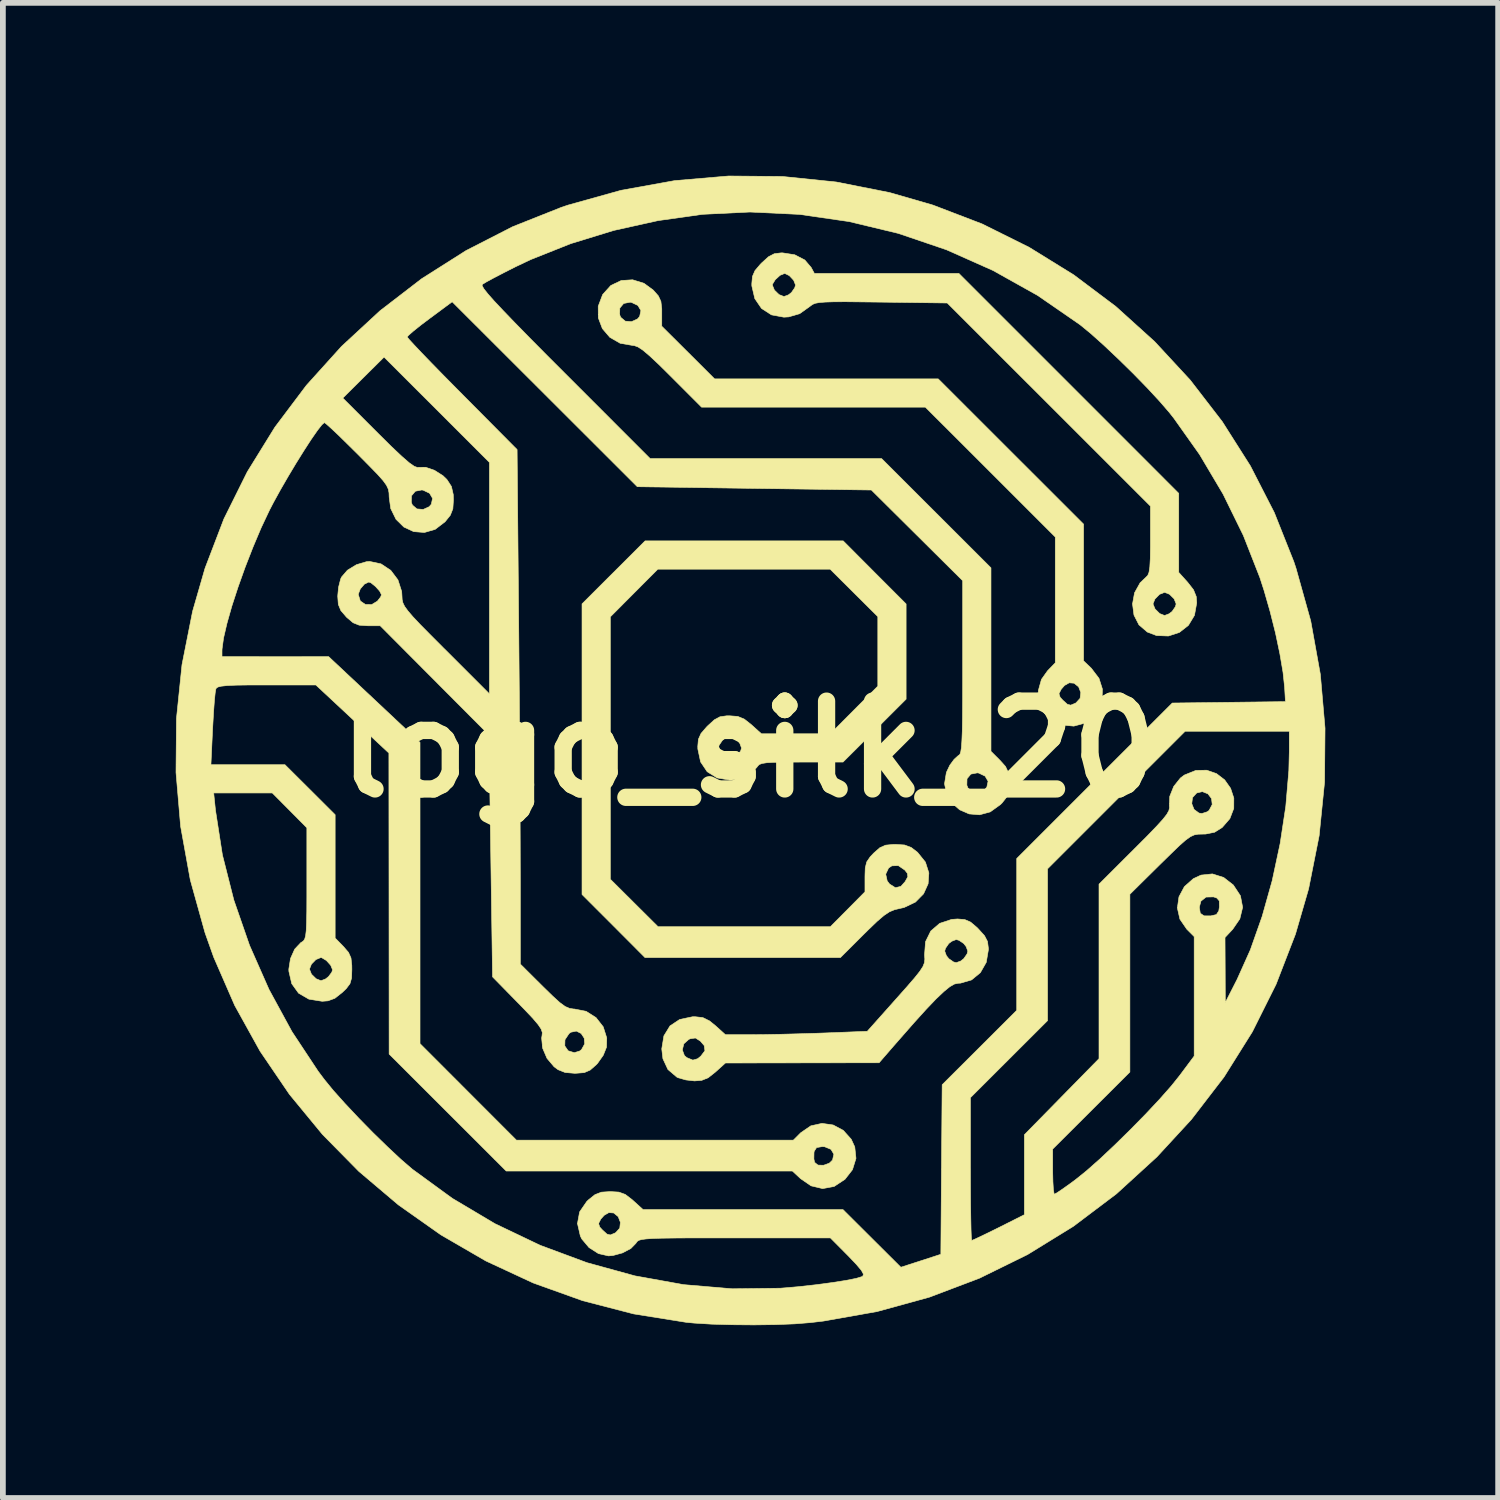
<source format=kicad_pcb>
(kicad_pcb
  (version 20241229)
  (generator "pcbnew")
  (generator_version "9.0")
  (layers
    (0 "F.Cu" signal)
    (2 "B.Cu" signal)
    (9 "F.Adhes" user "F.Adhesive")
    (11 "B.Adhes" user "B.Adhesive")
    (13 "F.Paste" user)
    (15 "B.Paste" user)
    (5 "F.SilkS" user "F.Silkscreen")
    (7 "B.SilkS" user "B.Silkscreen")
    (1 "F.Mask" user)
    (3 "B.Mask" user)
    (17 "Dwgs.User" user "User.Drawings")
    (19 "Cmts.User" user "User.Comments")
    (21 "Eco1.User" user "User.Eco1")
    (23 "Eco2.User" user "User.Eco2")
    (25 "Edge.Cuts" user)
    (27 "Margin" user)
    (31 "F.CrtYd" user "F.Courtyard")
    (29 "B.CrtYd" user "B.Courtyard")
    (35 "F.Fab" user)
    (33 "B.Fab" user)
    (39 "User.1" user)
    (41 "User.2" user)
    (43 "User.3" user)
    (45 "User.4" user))
  (footprint "logo_silk_20"
    (layer "F.Cu")
    (at 9.954 9.954)
    (property "Reference" "logo_silk_20" (at 0 0 0) (layer "F.SilkS") (effects (font (size 1.524 1.524) (thickness 0.3))))
    (attr through_hole)
    (fp_poly (pts (xy -1.827 -8.087) (xy -1.666 -7.969) (xy -1.577 -7.868) (xy -1.533 -7.773) (xy -1.518 -7.644) (xy -1.518 -7.581) (xy -1.518 -7.342) (xy -1.059 -6.885) (xy -0.601 -6.428) (xy 3.28 -6.428) (xy 4.542 -5.167) (xy 5.803 -3.907) (xy 5.803 -1.534) (xy 5.937 -1.406) (xy 6.071 -1.23) (xy 6.13 -1.044) (xy 6.124 -0.859) (xy 6.062 -0.69) (xy 5.954 -0.549) (xy 5.808 -0.448) (xy 5.634 -0.401) (xy 5.441 -0.419) (xy 5.276 -0.492) (xy 5.121 -0.634) (xy 5.034 -0.815) (xy 5.021 -0.964) (xy 5.376 -0.964) (xy 5.396 -0.902) (xy 5.443 -0.851) (xy 5.522 -0.78) (xy 5.58 -0.765) (xy 5.659 -0.798) (xy 5.672 -0.805) (xy 5.743 -0.883) (xy 5.755 -0.985) (xy 5.717 -1.083) (xy 5.638 -1.146) (xy 5.554 -1.153) (xy 5.473 -1.107) (xy 5.415 -1.041) (xy 5.376 -0.964) (xy 5.021 -0.964) (xy 5.017 -1.015) (xy 5.072 -1.212) (xy 5.177 -1.36) (xy 5.312 -1.5) (xy 5.312 -3.683) (xy 4.185 -4.81) (xy 3.057 -5.937) (xy -0.827 -5.937) (xy -1.362 -6.473) (xy -1.569 -6.678) (xy -1.727 -6.826) (xy -1.844 -6.925) (xy -1.93 -6.982) (xy -1.996 -7.006) (xy -2.021 -7.008) (xy -2.24 -7.046) (xy -2.419 -7.149) (xy -2.549 -7.301) (xy -2.619 -7.486) (xy -2.62 -7.544) (xy -2.25 -7.544) (xy -2.231 -7.497) (xy -2.152 -7.43) (xy -2.043 -7.421) (xy -1.939 -7.468) (xy -1.902 -7.511) (xy -1.88 -7.613) (xy -1.932 -7.702) (xy -2.043 -7.755) (xy -2.066 -7.759) (xy -2.179 -7.737) (xy -2.246 -7.657) (xy -2.25 -7.544) (xy -2.62 -7.544) (xy -2.621 -7.688) (xy -2.545 -7.889) (xy -2.543 -7.893) (xy -2.402 -8.049) (xy -2.222 -8.135) (xy -2.024 -8.148) (xy -1.827 -8.087)) (stroke (width 0.01) (type solid)) (fill yes) (layer "F.SilkS"))
    (fp_poly (pts (xy 0.79 -8.582) (xy 0.965 -8.491) (xy 1.075 -8.362) (xy 1.131 -8.258) (xy 3.639 -8.258) (xy 5.547 -6.35) (xy 7.455 -4.441) (xy 7.455 -3.069) (xy 7.611 -2.896) (xy 7.712 -2.766) (xy 7.759 -2.649) (xy 7.767 -2.54) (xy 7.728 -2.324) (xy 7.623 -2.15) (xy 7.466 -2.027) (xy 7.276 -1.965) (xy 7.069 -1.973) (xy 6.909 -2.034) (xy 6.764 -2.159) (xy 6.678 -2.328) (xy 6.653 -2.521) (xy 6.653 -2.522) (xy 7.008 -2.522) (xy 7.044 -2.434) (xy 7.125 -2.354) (xy 7.209 -2.321) (xy 7.288 -2.351) (xy 7.34 -2.391) (xy 7.397 -2.474) (xy 7.41 -2.522) (xy 7.375 -2.61) (xy 7.294 -2.69) (xy 7.209 -2.723) (xy 7.121 -2.688) (xy 7.042 -2.607) (xy 7.008 -2.522) (xy 6.653 -2.522) (xy 6.688 -2.715) (xy 6.785 -2.889) (xy 6.883 -2.982) (xy 6.917 -3.016) (xy 6.939 -3.071) (xy 6.953 -3.163) (xy 6.961 -3.308) (xy 6.964 -3.519) (xy 6.964 -3.63) (xy 6.964 -4.219) (xy 3.437 -7.745) (xy 2.295 -7.76) (xy 1.945 -7.764) (xy 1.673 -7.767) (xy 1.469 -7.766) (xy 1.32 -7.761) (xy 1.217 -7.753) (xy 1.147 -7.74) (xy 1.101 -7.721) (xy 1.066 -7.696) (xy 1.056 -7.688) (xy 0.875 -7.559) (xy 0.685 -7.504) (xy 0.601 -7.499) (xy 0.386 -7.539) (xy 0.214 -7.65) (xy 0.097 -7.821) (xy 0.046 -8.039) (xy 0.045 -8.054) (xy 0.402 -8.054) (xy 0.437 -7.969) (xy 0.517 -7.891) (xy 0.603 -7.857) (xy 0.681 -7.886) (xy 0.733 -7.927) (xy 0.79 -8.009) (xy 0.804 -8.057) (xy 0.771 -8.14) (xy 0.696 -8.22) (xy 0.617 -8.258) (xy 0.614 -8.258) (xy 0.536 -8.226) (xy 0.453 -8.151) (xy 0.404 -8.071) (xy 0.402 -8.054) (xy 0.045 -8.054) (xy 0.045 -8.081) (xy 0.056 -8.206) (xy 0.1 -8.307) (xy 0.195 -8.419) (xy 0.218 -8.442) (xy 0.335 -8.548) (xy 0.435 -8.6) (xy 0.554 -8.615) (xy 0.579 -8.615) (xy 0.79 -8.582)) (stroke (width 0.01) (type solid)) (fill yes) (layer "F.SilkS"))
    (fp_poly (pts (xy 3.742 2.957) (xy 3.843 3.001) (xy 3.955 3.096) (xy 3.978 3.12) (xy 4.084 3.237) (xy 4.136 3.337) (xy 4.151 3.456) (xy 4.151 3.481) (xy 4.114 3.699) (xy 4.012 3.878) (xy 3.859 4.004) (xy 3.667 4.06) (xy 3.624 4.062) (xy 3.561 4.076) (xy 3.481 4.122) (xy 3.378 4.206) (xy 3.244 4.333) (xy 3.075 4.51) (xy 2.865 4.742) (xy 2.607 5.036) (xy 2.494 5.165) (xy 2.254 5.442) (xy 0.921 5.444) (xy -0.413 5.446) (xy -0.586 5.602) (xy -0.712 5.702) (xy -0.824 5.747) (xy -0.949 5.757) (xy -1.1 5.74) (xy -1.233 5.702) (xy -1.255 5.692) (xy -1.411 5.559) (xy -1.498 5.372) (xy -1.516 5.219) (xy -1.161 5.219) (xy -1.125 5.317) (xy -1.083 5.353) (xy -0.979 5.396) (xy -0.895 5.372) (xy -0.841 5.328) (xy -0.769 5.233) (xy -0.781 5.144) (xy -0.848 5.066) (xy -0.933 5.012) (xy -1.022 5.025) (xy -1.049 5.036) (xy -1.135 5.113) (xy -1.161 5.219) (xy -1.516 5.219) (xy -1.518 5.201) (xy -1.481 4.975) (xy -1.375 4.802) (xy -1.206 4.69) (xy -0.981 4.643) (xy -0.94 4.643) (xy -0.805 4.658) (xy -0.688 4.716) (xy -0.586 4.799) (xy -0.413 4.955) (xy 0.05 4.955) (xy 0.26 4.953) (xy 0.531 4.948) (xy 0.834 4.94) (xy 1.14 4.931) (xy 1.281 4.926) (xy 2.049 4.896) (xy 2.555 4.328) (xy 2.739 4.121) (xy 2.872 3.967) (xy 2.961 3.855) (xy 3.015 3.772) (xy 3.041 3.706) (xy 3.048 3.643) (xy 3.043 3.572) (xy 3.043 3.568) (xy 3.048 3.504) (xy 3.393 3.504) (xy 3.422 3.583) (xy 3.463 3.635) (xy 3.545 3.692) (xy 3.593 3.705) (xy 3.672 3.676) (xy 3.724 3.635) (xy 3.781 3.553) (xy 3.794 3.504) (xy 3.765 3.426) (xy 3.724 3.373) (xy 3.642 3.317) (xy 3.593 3.303) (xy 3.515 3.333) (xy 3.463 3.373) (xy 3.406 3.456) (xy 3.393 3.504) (xy 3.048 3.504) (xy 3.06 3.341) (xy 3.151 3.156) (xy 3.305 3.023) (xy 3.512 2.954) (xy 3.617 2.946) (xy 3.742 2.957)) (stroke (width 0.01) (type solid)) (fill yes) (layer "F.SilkS"))
    (fp_poly (pts (xy 2.177 -3.068) (xy 2.723 -2.521) (xy 2.723 -0.869) (xy 2.176 -0.323) (xy 1.628 0.223) (xy 0.905 0.223) (xy 0.635 0.224) (xy 0.44 0.227) (xy 0.307 0.234) (xy 0.223 0.247) (xy 0.173 0.266) (xy 0.145 0.295) (xy 0.134 0.312) (xy 0.033 0.42) (xy -0.125 0.499) (xy -0.308 0.535) (xy -0.335 0.536) (xy -0.558 0.498) (xy -0.73 0.39) (xy -0.844 0.22) (xy -0.892 -0.005) (xy -0.892 -0.022) (xy -0.536 -0.022) (xy -0.506 0.056) (xy -0.466 0.108) (xy -0.383 0.165) (xy -0.335 0.179) (xy -0.256 0.149) (xy -0.204 0.108) (xy -0.147 0.026) (xy -0.134 -0.022) (xy -0.163 -0.101) (xy -0.204 -0.153) (xy -0.286 -0.21) (xy -0.335 -0.223) (xy -0.413 -0.194) (xy -0.466 -0.153) (xy -0.522 -0.071) (xy -0.536 -0.022) (xy -0.892 -0.022) (xy -0.893 -0.048) (xy -0.882 -0.173) (xy -0.837 -0.273) (xy -0.74 -0.386) (xy -0.719 -0.407) (xy -0.605 -0.511) (xy -0.508 -0.563) (xy -0.39 -0.58) (xy -0.34 -0.58) (xy -0.198 -0.569) (xy -0.086 -0.523) (xy 0.037 -0.426) (xy 0.039 -0.424) (xy 0.212 -0.268) (xy 1.408 -0.268) (xy 1.82 -0.682) (xy 2.232 -1.095) (xy 2.232 -2.301) (xy 1.404 -3.125) (xy -1.586 -3.125) (xy -1.999 -2.711) (xy -2.411 -2.297) (xy -2.411 2.256) (xy -1.997 2.668) (xy -1.583 3.08) (xy 1.409 3.08) (xy 1.709 2.778) (xy 2.009 2.475) (xy 2.009 2.215) (xy 2.01 2.168) (xy 2.369 2.168) (xy 2.395 2.286) (xy 2.436 2.34) (xy 2.538 2.404) (xy 2.633 2.38) (xy 2.706 2.298) (xy 2.753 2.213) (xy 2.745 2.154) (xy 2.7 2.097) (xy 2.588 2.02) (xy 2.476 2.024) (xy 2.419 2.062) (xy 2.369 2.168) (xy 2.01 2.168) (xy 2.014 2.06) (xy 2.039 1.957) (xy 2.098 1.87) (xy 2.161 1.803) (xy 2.268 1.709) (xy 2.368 1.665) (xy 2.505 1.652) (xy 2.538 1.652) (xy 2.696 1.662) (xy 2.811 1.705) (xy 2.921 1.789) (xy 3.058 1.959) (xy 3.118 2.147) (xy 3.105 2.336) (xy 3.026 2.51) (xy 2.885 2.653) (xy 2.688 2.747) (xy 2.617 2.763) (xy 2.519 2.786) (xy 2.432 2.823) (xy 2.338 2.886) (xy 2.221 2.986) (xy 2.066 3.135) (xy 1.991 3.209) (xy 1.583 3.616) (xy -1.809 3.616) (xy -2.355 3.068) (xy -2.902 2.521) (xy -2.902 -2.523) (xy -1.807 -3.616) (xy 1.631 -3.616) (xy 2.177 -3.068)) (stroke (width 0.01) (type solid)) (fill yes) (layer "F.SilkS"))
    (fp_poly (pts (xy 0.577 -9.941) (xy 1.512 -9.845) (xy 2.439 -9.661) (xy 3.187 -9.445) (xy 4.041 -9.118) (xy 4.858 -8.712) (xy 5.633 -8.233) (xy 6.361 -7.686) (xy 7.036 -7.076) (xy 7.654 -6.408) (xy 8.21 -5.687) (xy 8.698 -4.918) (xy 9.114 -4.106) (xy 9.452 -3.256) (xy 9.49 -3.142) (xy 9.746 -2.226) (xy 9.913 -1.298) (xy 9.994 -0.365) (xy 9.986 0.57) (xy 9.892 1.501) (xy 9.709 2.423) (xy 9.481 3.209) (xy 9.144 4.081) (xy 8.732 4.906) (xy 8.242 5.688) (xy 7.674 6.427) (xy 7.076 7.076) (xy 6.374 7.717) (xy 5.625 8.282) (xy 4.831 8.771) (xy 3.997 9.181) (xy 3.126 9.511) (xy 2.22 9.76) (xy 1.284 9.926) (xy 1.062 9.952) (xy 0.788 9.974) (xy 0.453 9.987) (xy 0.083 9.992) (xy -0.294 9.989) (xy -0.651 9.979) (xy -0.961 9.96) (xy -1.094 9.947) (xy -2.006 9.801) (xy -2.893 9.571) (xy -3.749 9.264) (xy -4.571 8.882) (xy -5.352 8.429) (xy -6.089 7.909) (xy -6.776 7.327) (xy -7.408 6.685) (xy -7.981 5.989) (xy -8.49 5.241) (xy -8.93 4.447) (xy -9.295 3.609) (xy -9.445 3.187) (xy -9.701 2.268) (xy -9.869 1.339) (xy -9.949 0.404) (xy -9.948 0.268) (xy -9.343 0.268) (xy -8.059 0.268) (xy -7.623 0.702) (xy -7.187 1.137) (xy -7.187 3.277) (xy -7.042 3.426) (xy -6.955 3.527) (xy -6.912 3.623) (xy -6.898 3.752) (xy -6.897 3.823) (xy -6.902 3.972) (xy -6.93 4.07) (xy -6.995 4.156) (xy -7.064 4.222) (xy -7.192 4.323) (xy -7.311 4.367) (xy -7.412 4.375) (xy -7.643 4.338) (xy -7.822 4.234) (xy -7.94 4.07) (xy -7.99 3.854) (xy -7.991 3.817) (xy -7.633 3.817) (xy -7.598 3.905) (xy -7.517 3.984) (xy -7.433 4.018) (xy -7.354 3.988) (xy -7.302 3.947) (xy -7.245 3.871) (xy -7.232 3.828) (xy -7.264 3.75) (xy -7.339 3.667) (xy -7.419 3.619) (xy -7.436 3.616) (xy -7.521 3.651) (xy -7.599 3.731) (xy -7.633 3.817) (xy -7.991 3.817) (xy -7.962 3.633) (xy -7.889 3.47) (xy -7.784 3.358) (xy -7.767 3.348) (xy -7.738 3.328) (xy -7.716 3.296) (xy -7.7 3.24) (xy -7.689 3.149) (xy -7.683 3.012) (xy -7.679 2.815) (xy -7.678 2.549) (xy -7.678 2.332) (xy -7.678 1.364) (xy -7.978 1.061) (xy -8.278 0.759) (xy -9.295 0.759) (xy -9.264 1.06) (xy -9.144 1.834) (xy -8.945 2.62) (xy -8.673 3.404) (xy -8.335 4.17) (xy -7.936 4.903) (xy -7.483 5.588) (xy -7.372 5.736) (xy -7.219 5.923) (xy -7.015 6.151) (xy -6.779 6.402) (xy -6.527 6.659) (xy -6.276 6.903) (xy -6.045 7.119) (xy -5.85 7.287) (xy -5.848 7.289) (xy -5.154 7.795) (xy -4.412 8.236) (xy -3.629 8.61) (xy -2.816 8.912) (xy -1.983 9.141) (xy -1.139 9.293) (xy -0.294 9.365) (xy 0.543 9.355) (xy 0.848 9.329) (xy 1.165 9.294) (xy 1.448 9.256) (xy 1.683 9.219) (xy 1.858 9.184) (xy 1.96 9.153) (xy 1.97 9.147) (xy 1.983 9.113) (xy 1.948 9.047) (xy 1.858 8.94) (xy 1.72 8.795) (xy 1.409 8.482) (xy -0.254 8.482) (xy -0.683 8.482) (xy -1.031 8.482) (xy -1.307 8.484) (xy -1.52 8.487) (xy -1.679 8.492) (xy -1.792 8.5) (xy -1.868 8.51) (xy -1.916 8.524) (xy -1.943 8.542) (xy -1.96 8.564) (xy -1.966 8.575) (xy -2.055 8.666) (xy -2.199 8.742) (xy -2.363 8.787) (xy -2.443 8.794) (xy -2.617 8.754) (xy -2.781 8.649) (xy -2.906 8.5) (xy -2.931 8.449) (xy -2.981 8.232) (xy -2.615 8.232) (xy -2.594 8.294) (xy -2.548 8.344) (xy -2.469 8.416) (xy -2.411 8.431) (xy -2.331 8.398) (xy -2.318 8.391) (xy -2.247 8.313) (xy -2.236 8.211) (xy -2.274 8.113) (xy -2.352 8.049) (xy -2.437 8.043) (xy -2.517 8.089) (xy -2.576 8.155) (xy -2.615 8.232) (xy -2.981 8.232) (xy -2.981 8.232) (xy -2.944 8.031) (xy -2.82 7.85) (xy -2.792 7.823) (xy -2.677 7.731) (xy -2.566 7.688) (xy -2.415 7.678) (xy -2.411 7.678) (xy -2.262 7.687) (xy -2.152 7.727) (xy -2.035 7.816) (xy -2.015 7.834) (xy -1.842 7.991) (xy 1.628 7.991) (xy 2.632 8.991) (xy 2.979 8.879) (xy 3.326 8.766) (xy 3.337 7.295) (xy 3.347 6.048) (xy 3.839 6.048) (xy 3.839 7.287) (xy 3.84 7.609) (xy 3.842 7.9) (xy 3.846 8.149) (xy 3.85 8.343) (xy 3.855 8.473) (xy 3.861 8.526) (xy 3.862 8.526) (xy 3.909 8.507) (xy 4.018 8.456) (xy 4.173 8.381) (xy 4.331 8.303) (xy 4.776 8.079) (xy 4.776 6.691) (xy 6.071 5.371) (xy 6.071 2.342) (xy 6.693 1.721) (xy 6.909 1.505) (xy 7.068 1.34) (xy 7.178 1.219) (xy 7.248 1.13) (xy 7.284 1.065) (xy 7.295 1.014) (xy 7.292 0.982) (xy 7.294 0.945) (xy 7.681 0.945) (xy 7.721 1.045) (xy 7.806 1.108) (xy 7.857 1.116) (xy 7.95 1.086) (xy 7.982 1.062) (xy 8.036 0.96) (xy 8.024 0.856) (xy 7.961 0.774) (xy 7.865 0.736) (xy 7.767 0.759) (xy 7.694 0.839) (xy 7.681 0.945) (xy 7.294 0.945) (xy 7.299 0.818) (xy 7.368 0.646) (xy 7.484 0.5) (xy 7.553 0.448) (xy 7.751 0.368) (xy 7.94 0.364) (xy 8.11 0.423) (xy 8.252 0.532) (xy 8.355 0.678) (xy 8.411 0.848) (xy 8.41 1.028) (xy 8.342 1.205) (xy 8.209 1.358) (xy 8.077 1.441) (xy 7.921 1.472) (xy 7.868 1.473) (xy 7.791 1.475) (xy 7.725 1.487) (xy 7.657 1.518) (xy 7.575 1.577) (xy 7.467 1.672) (xy 7.32 1.814) (xy 7.135 1.995) (xy 6.607 2.517) (xy 6.607 5.603) (xy 5.267 6.94) (xy 5.267 7.332) (xy 5.271 7.506) (xy 5.279 7.64) (xy 5.291 7.714) (xy 5.297 7.723) (xy 5.343 7.698) (xy 5.444 7.63) (xy 5.58 7.533) (xy 5.665 7.47) (xy 5.856 7.316) (xy 6.089 7.11) (xy 6.347 6.867) (xy 6.616 6.603) (xy 6.879 6.335) (xy 7.121 6.077) (xy 7.325 5.846) (xy 7.47 5.665) (xy 7.723 5.326) (xy 7.723 3.252) (xy 7.594 3.123) (xy 7.475 2.949) (xy 7.431 2.755) (xy 7.433 2.743) (xy 7.812 2.743) (xy 7.829 2.847) (xy 7.894 2.892) (xy 8.011 2.893) (xy 8.108 2.87) (xy 8.15 2.807) (xy 8.161 2.736) (xy 8.159 2.632) (xy 8.115 2.582) (xy 8.06 2.563) (xy 7.929 2.566) (xy 7.84 2.637) (xy 7.812 2.743) (xy 7.433 2.743) (xy 7.459 2.561) (xy 7.553 2.385) (xy 7.708 2.247) (xy 7.841 2.185) (xy 8.039 2.164) (xy 8.235 2.226) (xy 8.402 2.356) (xy 8.526 2.544) (xy 8.564 2.744) (xy 8.515 2.945) (xy 8.391 3.126) (xy 8.258 3.268) (xy 8.261 3.833) (xy 8.263 4.397) (xy 8.468 3.995) (xy 8.698 3.482) (xy 8.902 2.904) (xy 9.077 2.282) (xy 9.215 1.637) (xy 9.313 0.992) (xy 9.366 0.368) (xy 9.374 0.04) (xy 9.374 -0.312) (xy 7.566 -0.312) (xy 6.372 0.882) (xy 5.178 2.076) (xy 5.178 4.711) (xy 4.509 5.379) (xy 3.839 6.048) (xy 3.347 6.048) (xy 3.349 5.823) (xy 3.996 5.178) (xy 4.643 4.532) (xy 4.643 1.897) (xy 5.993 0.547) (xy 7.343 -0.802) (xy 9.307 -0.826) (xy 9.293 -1.071) (xy 9.265 -1.335) (xy 9.21 -1.658) (xy 9.134 -2.019) (xy 9.04 -2.393) (xy 8.935 -2.758) (xy 8.863 -2.98) (xy 8.577 -3.709) (xy 8.224 -4.429) (xy 7.817 -5.115) (xy 7.371 -5.744) (xy 7.289 -5.848) (xy 7.121 -6.042) (xy 6.906 -6.274) (xy 6.662 -6.524) (xy 6.405 -6.776) (xy 6.154 -7.013) (xy 5.926 -7.217) (xy 5.738 -7.371) (xy 5.736 -7.372) (xy 5.006 -7.876) (xy 4.232 -8.309) (xy 3.423 -8.669) (xy 2.588 -8.953) (xy 1.735 -9.158) (xy 0.872 -9.283) (xy 0.008 -9.324) (xy -0.81 -9.284) (xy -1.582 -9.175) (xy -2.353 -9.004) (xy -3.099 -8.775) (xy -3.797 -8.497) (xy -4.062 -8.371) (xy -4.261 -8.27) (xy -4.434 -8.18) (xy -4.563 -8.11) (xy -4.631 -8.069) (xy -4.634 -8.067) (xy -4.635 -8.042) (xy -4.604 -7.989) (xy -4.536 -7.903) (xy -4.428 -7.781) (xy -4.275 -7.618) (xy -4.074 -7.409) (xy -3.821 -7.15) (xy -3.511 -6.837) (xy -3.206 -6.532) (xy -1.719 -5.044) (xy 2.298 -5.044) (xy 3.247 -4.096) (xy 4.196 -3.148) (xy 4.196 0.036) (xy 4.352 0.192) (xy 4.448 0.299) (xy 4.494 0.396) (xy 4.508 0.527) (xy 4.509 0.58) (xy 4.501 0.731) (xy 4.466 0.834) (xy 4.389 0.932) (xy 4.36 0.961) (xy 4.183 1.088) (xy 3.998 1.138) (xy 3.817 1.123) (xy 3.652 1.051) (xy 3.518 0.933) (xy 3.426 0.779) (xy 3.395 0.625) (xy 3.777 0.625) (xy 3.796 0.672) (xy 3.875 0.739) (xy 3.984 0.748) (xy 4.087 0.701) (xy 4.124 0.658) (xy 4.146 0.556) (xy 4.094 0.467) (xy 3.984 0.414) (xy 3.96 0.41) (xy 3.847 0.432) (xy 3.78 0.512) (xy 3.777 0.625) (xy 3.395 0.625) (xy 3.39 0.599) (xy 3.422 0.403) (xy 3.482 0.277) (xy 3.557 0.175) (xy 3.628 0.111) (xy 3.638 0.105) (xy 3.657 0.088) (xy 3.671 0.046) (xy 3.683 -0.028) (xy 3.691 -0.145) (xy 3.698 -0.312) (xy 3.702 -0.538) (xy 3.704 -0.832) (xy 3.705 -1.202) (xy 3.705 -1.423) (xy 3.705 -2.925) (xy 2.12 -4.499) (xy 0.089 -4.527) (xy -1.942 -4.556) (xy -5.156 -7.766) (xy -5.546 -7.477) (xy -5.705 -7.357) (xy -5.832 -7.255) (xy -5.914 -7.183) (xy -5.937 -7.155) (xy -5.907 -7.117) (xy -5.821 -7.023) (xy -5.688 -6.882) (xy -5.514 -6.702) (xy -5.308 -6.491) (xy -5.077 -6.257) (xy -4.983 -6.162) (xy -4.029 -5.201) (xy -4.001 -2.143) (xy -3.996 -1.579) (xy -3.991 -1.004) (xy -3.987 -0.431) (xy -3.983 0.129) (xy -3.98 0.663) (xy -3.977 1.159) (xy -3.975 1.605) (xy -3.974 1.987) (xy -3.973 2.293) (xy -3.973 2.322) (xy -3.973 3.729) (xy -3.581 4.119) (xy -3.411 4.285) (xy -3.288 4.397) (xy -3.195 4.465) (xy -3.12 4.498) (xy -3.048 4.509) (xy -3.035 4.509) (xy -2.831 4.549) (xy -2.659 4.658) (xy -2.534 4.818) (xy -2.473 5.011) (xy -2.477 5.171) (xy -2.533 5.311) (xy -2.633 5.453) (xy -2.655 5.476) (xy -2.761 5.569) (xy -2.863 5.613) (xy -3.003 5.624) (xy -3.028 5.625) (xy -3.195 5.611) (xy -3.318 5.562) (xy -3.386 5.512) (xy -3.51 5.365) (xy -3.586 5.188) (xy -3.59 5.15) (xy -3.201 5.15) (xy -3.143 5.234) (xy -3.036 5.267) (xy -2.942 5.238) (xy -2.911 5.214) (xy -2.856 5.115) (xy -2.864 5.015) (xy -2.917 4.934) (xy -3 4.892) (xy -3.096 4.912) (xy -3.128 4.936) (xy -3.198 5.042) (xy -3.201 5.15) (xy -3.59 5.15) (xy -3.603 5.013) (xy -3.596 4.97) (xy -3.591 4.918) (xy -3.611 4.858) (xy -3.663 4.78) (xy -3.756 4.67) (xy -3.9 4.518) (xy -4.011 4.404) (xy -4.455 3.951) (xy -4.516 -0.246) (xy -6.405 -2.143) (xy -6.622 -2.143) (xy -6.77 -2.153) (xy -6.875 -2.195) (xy -6.985 -2.288) (xy -6.991 -2.294) (xy -7.088 -2.407) (xy -7.132 -2.514) (xy -7.142 -2.654) (xy -7.14 -2.684) (xy -6.785 -2.684) (xy -6.75 -2.573) (xy -6.663 -2.513) (xy -6.552 -2.511) (xy -6.454 -2.57) (xy -6.397 -2.643) (xy -6.383 -2.682) (xy -6.415 -2.745) (xy -6.486 -2.824) (xy -6.564 -2.887) (xy -6.603 -2.902) (xy -6.679 -2.866) (xy -6.75 -2.783) (xy -6.785 -2.692) (xy -6.785 -2.684) (xy -7.14 -2.684) (xy -7.128 -2.811) (xy -7.092 -2.953) (xy -7.077 -2.987) (xy -6.974 -3.107) (xy -6.817 -3.203) (xy -6.643 -3.255) (xy -6.587 -3.259) (xy -6.391 -3.217) (xy -6.222 -3.105) (xy -6.097 -2.939) (xy -6.032 -2.737) (xy -6.027 -2.656) (xy -6.024 -2.597) (xy -6.011 -2.541) (xy -5.981 -2.479) (xy -5.925 -2.402) (xy -5.838 -2.3) (xy -5.71 -2.164) (xy -5.534 -1.986) (xy -5.304 -1.755) (xy -5.267 -1.719) (xy -4.509 -0.961) (xy -4.509 -4.978) (xy -5.423 -5.892) (xy -6.338 -6.806) (xy -6.696 -6.451) (xy -7.054 -6.095) (xy -6.44 -5.481) (xy -6.209 -5.252) (xy -6.032 -5.085) (xy -5.902 -4.972) (xy -5.812 -4.909) (xy -5.757 -4.89) (xy -5.748 -4.892) (xy -5.617 -4.894) (xy -5.463 -4.841) (xy -5.316 -4.748) (xy -5.247 -4.681) (xy -5.169 -4.561) (xy -5.137 -4.421) (xy -5.134 -4.326) (xy -5.144 -4.173) (xy -5.188 -4.061) (xy -5.279 -3.948) (xy -5.451 -3.816) (xy -5.638 -3.762) (xy -5.824 -3.777) (xy -5.994 -3.856) (xy -6.131 -3.991) (xy -6.222 -4.177) (xy -6.237 -4.285) (xy -5.865 -4.285) (xy -5.846 -4.238) (xy -5.768 -4.171) (xy -5.658 -4.162) (xy -5.555 -4.209) (xy -5.518 -4.252) (xy -5.496 -4.354) (xy -5.548 -4.443) (xy -5.659 -4.496) (xy -5.682 -4.5) (xy -5.795 -4.478) (xy -5.862 -4.398) (xy -5.865 -4.285) (xy -6.237 -4.285) (xy -6.249 -4.374) (xy -6.252 -4.449) (xy -6.264 -4.513) (xy -6.295 -4.58) (xy -6.353 -4.661) (xy -6.448 -4.768) (xy -6.589 -4.913) (xy -6.783 -5.109) (xy -6.796 -5.122) (xy -6.976 -5.3) (xy -7.134 -5.455) (xy -7.261 -5.574) (xy -7.345 -5.649) (xy -7.374 -5.669) (xy -7.417 -5.632) (xy -7.496 -5.531) (xy -7.603 -5.377) (xy -7.728 -5.184) (xy -7.864 -4.966) (xy -8.003 -4.734) (xy -8.137 -4.502) (xy -8.257 -4.284) (xy -8.328 -4.147) (xy -8.471 -3.844) (xy -8.612 -3.51) (xy -8.748 -3.162) (xy -8.872 -2.815) (xy -8.98 -2.484) (xy -9.065 -2.184) (xy -9.124 -1.93) (xy -9.15 -1.739) (xy -9.151 -1.707) (xy -9.151 -1.607) (xy -7.299 -1.606) (xy -6.506 -0.862) (xy -5.714 -0.118) (xy -5.714 5.11) (xy -4.877 5.948) (xy -4.041 6.785) (xy 0.766 6.785) (xy 0.894 6.657) (xy 1.069 6.537) (xy 1.263 6.494) (xy 1.457 6.522) (xy 1.632 6.615) (xy 1.771 6.77) (xy 1.832 6.903) (xy 1.853 7.102) (xy 1.792 7.298) (xy 1.662 7.465) (xy 1.474 7.589) (xy 1.274 7.626) (xy 1.073 7.578) (xy 0.891 7.453) (xy 0.749 7.321) (xy -4.218 7.321) (xy -4.427 7.112) (xy 1.122 7.112) (xy 1.135 7.171) (xy 1.193 7.218) (xy 1.29 7.221) (xy 1.39 7.185) (xy 1.446 7.131) (xy 1.469 7.029) (xy 1.419 6.945) (xy 1.31 6.9) (xy 1.267 6.897) (xy 1.169 6.914) (xy 1.128 6.978) (xy 1.124 7.001) (xy 1.122 7.112) (xy -4.427 7.112) (xy -5.234 6.306) (xy -6.25 5.291) (xy -6.252 2.679) (xy -6.254 0.067) (xy -7.522 -1.115) (xy -8.376 -1.115) (xy -8.678 -1.115) (xy -8.902 -1.112) (xy -9.06 -1.105) (xy -9.163 -1.094) (xy -9.223 -1.079) (xy -9.252 -1.057) (xy -9.257 -1.047) (xy -9.269 -0.979) (xy -9.283 -0.84) (xy -9.297 -0.648) (xy -9.31 -0.423) (xy -9.314 -0.355) (xy -9.343 0.268) (xy -9.948 0.268) (xy -9.941 -0.533) (xy -9.845 -1.467) (xy -9.661 -2.394) (xy -9.445 -3.142) (xy -9.118 -3.997) (xy -8.712 -4.814) (xy -8.233 -5.589) (xy -7.686 -6.316) (xy -7.076 -6.992) (xy -6.408 -7.61) (xy -5.687 -8.165) (xy -4.918 -8.653) (xy -4.106 -9.069) (xy -3.256 -9.407) (xy -3.142 -9.445) (xy -2.224 -9.701) (xy -1.294 -9.869) (xy -0.359 -9.949) (xy 0.577 -9.941)) (stroke (width 0.01) (type solid)) (fill yes) (layer "F.SilkS")))
  (gr_rect
    (start -3 -3)
    (end 22.953 22.951)
    (stroke (width 0.1) (type default))
    (fill no)
    (layer "Edge.Cuts")))
</source>
